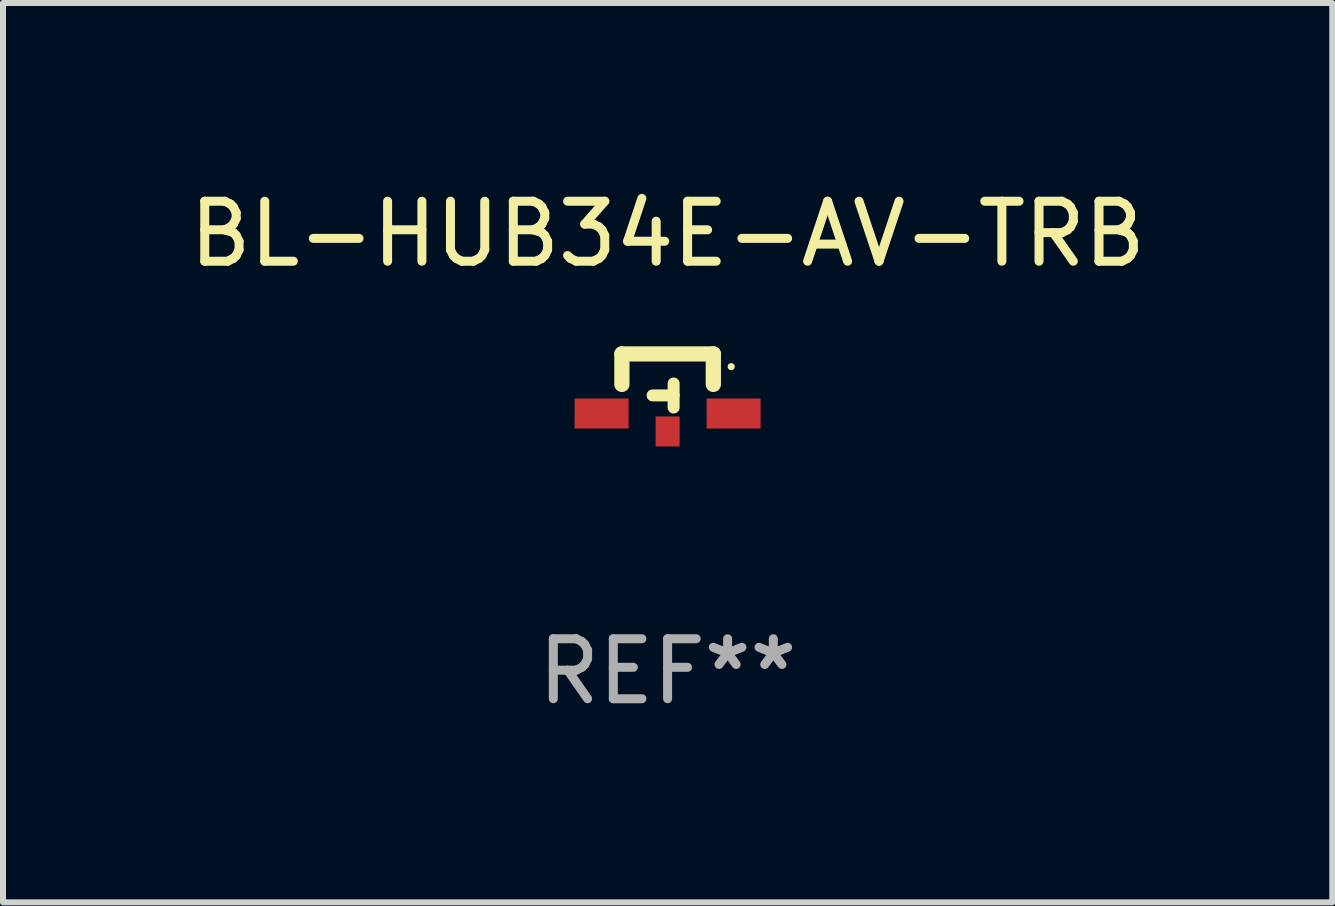
<source format=kicad_pcb>
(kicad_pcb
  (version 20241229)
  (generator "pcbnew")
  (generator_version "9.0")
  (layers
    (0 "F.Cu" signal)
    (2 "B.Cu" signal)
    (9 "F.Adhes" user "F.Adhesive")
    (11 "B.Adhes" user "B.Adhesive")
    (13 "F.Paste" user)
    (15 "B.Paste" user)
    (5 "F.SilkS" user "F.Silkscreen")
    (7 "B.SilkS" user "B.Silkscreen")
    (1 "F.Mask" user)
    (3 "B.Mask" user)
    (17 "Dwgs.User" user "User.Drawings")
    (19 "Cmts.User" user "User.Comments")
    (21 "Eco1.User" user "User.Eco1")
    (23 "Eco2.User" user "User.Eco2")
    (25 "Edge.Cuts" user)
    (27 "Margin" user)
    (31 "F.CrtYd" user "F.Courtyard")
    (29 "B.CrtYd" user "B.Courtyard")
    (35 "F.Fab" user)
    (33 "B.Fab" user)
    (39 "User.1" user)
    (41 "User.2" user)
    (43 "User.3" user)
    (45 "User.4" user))
  (footprint "BL-HUB34E-AV-TRB"
    (layer "F.Cu")
    (at 8.077 3.495)
    (property "Reference" "BL-HUB34E-AV-TRB" (at 0 -2.646 0) (layer "F.SilkS") (effects (font (size 1 1) (thickness 0.15))))
    (attr through_hole)
    (fp_line (start -0.762 -0.646) (end 0.762 -0.646) (stroke (width 0.254) (type solid)) (layer "F.SilkS"))
    (fp_line (start -0.762 -0.138) (end -0.762 -0.646) (stroke (width 0.254) (type solid)) (layer "F.SilkS"))
    (fp_line (start 0.1 -0.153) (end 0.1 0.247) (stroke (width 0.2) (type solid)) (layer "F.SilkS"))
    (fp_line (start 0.1 0.045) (end -0.25 0.045) (stroke (width 0.2) (type solid)) (layer "F.SilkS"))
    (fp_line (start 0.762 -0.646) (end 0.762 -0.138) (stroke (width 0.254) (type solid)) (layer "F.SilkS"))
    (fp_circle (center 1.06 -0.434) (end 1.09 -0.434) (stroke (width 0.06) (type solid)) (fill no) (layer "F.SilkS"))
    (fp_text user "REF**" (at 0 4.646 0) (layer "F.Fab") (effects (font (size 1 1) (thickness 0.15))))
    (pad "1" smd rect (at 1.1 0.347 90) (size 0.5 0.9) (layers "F.Cu" "F.Mask" "F.Paste"))
    (pad "2" smd rect (at -1.1 0.347 90) (size 0.5 0.9) (layers "F.Cu" "F.Mask" "F.Paste"))
    (pad "3" smd rect (at 0 0.646 270) (size 0.5 0.4) (layers "F.Cu" "F.Mask" "F.Paste")))
  (gr_rect
    (start -3 -3)
    (end 19.155 11.989)
    (stroke (width 0.1) (type default))
    (fill no)
    (layer "Edge.Cuts")))
</source>
